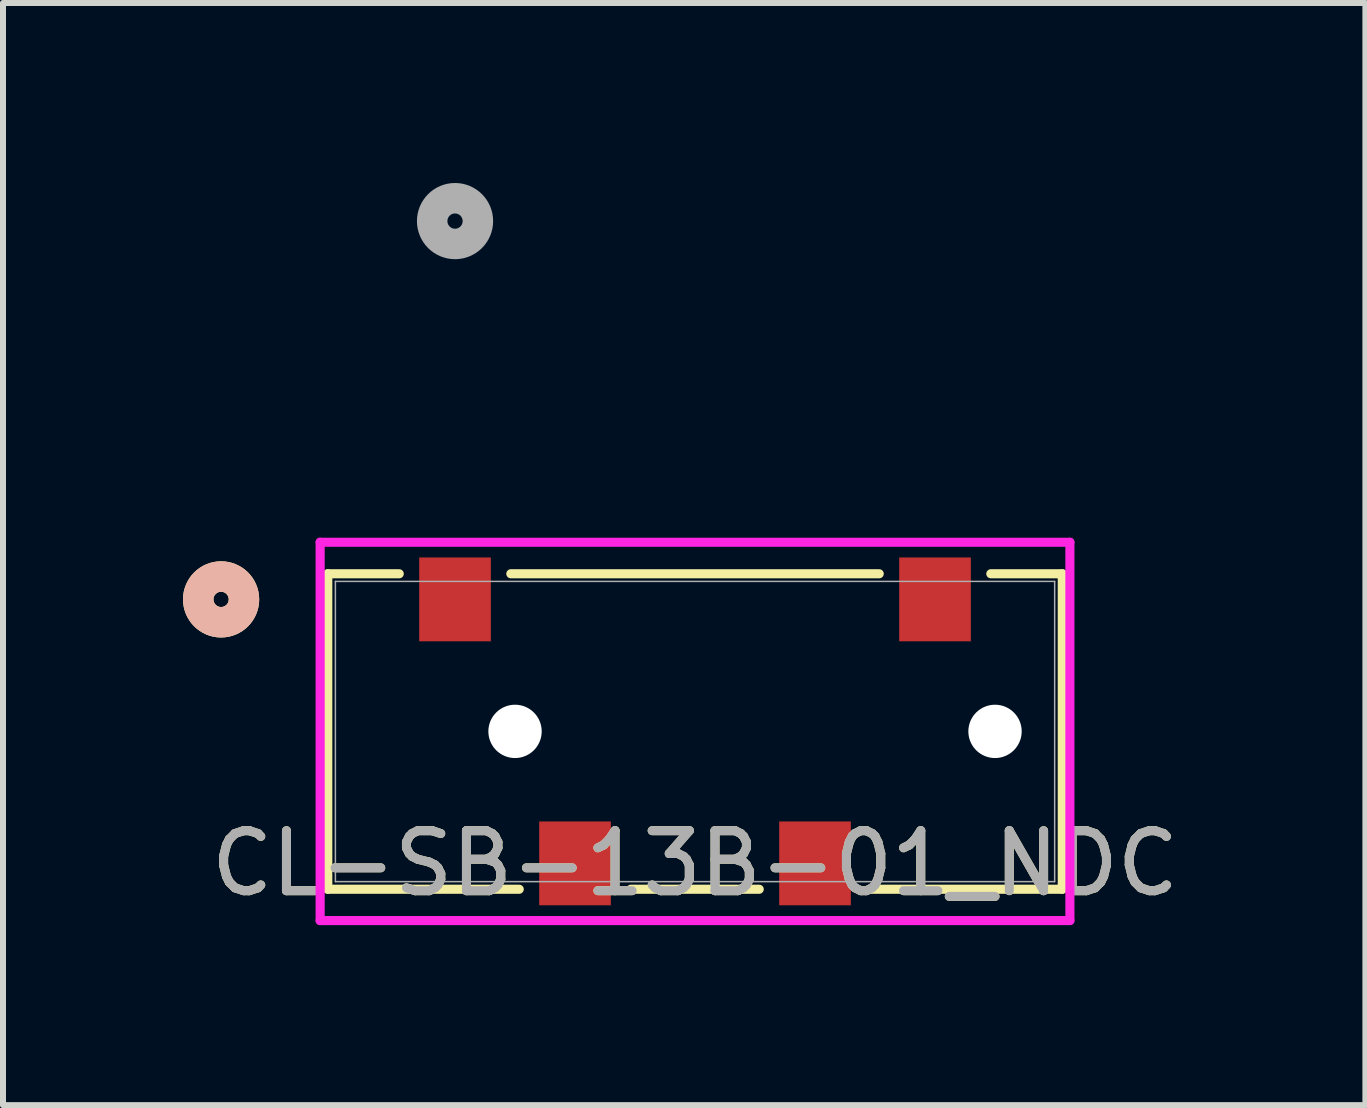
<source format=kicad_pcb>
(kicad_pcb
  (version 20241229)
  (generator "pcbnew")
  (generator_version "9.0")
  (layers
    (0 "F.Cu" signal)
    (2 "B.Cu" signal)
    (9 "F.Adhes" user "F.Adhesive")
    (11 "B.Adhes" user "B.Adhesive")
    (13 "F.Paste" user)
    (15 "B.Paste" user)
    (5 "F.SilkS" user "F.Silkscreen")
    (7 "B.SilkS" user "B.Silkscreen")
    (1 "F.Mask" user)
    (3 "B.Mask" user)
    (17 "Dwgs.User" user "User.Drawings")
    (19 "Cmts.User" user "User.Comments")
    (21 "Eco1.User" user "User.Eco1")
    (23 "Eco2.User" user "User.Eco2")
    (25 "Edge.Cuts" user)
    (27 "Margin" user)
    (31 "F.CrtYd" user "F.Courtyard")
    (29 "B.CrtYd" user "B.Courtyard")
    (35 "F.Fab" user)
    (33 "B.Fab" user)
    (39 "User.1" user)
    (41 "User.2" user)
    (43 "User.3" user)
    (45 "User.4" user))
  (footprint "CL-SB-13B-01_NDC"
    (layer "F.Cu")
    (at 8.534 9.142)
    (property "Reference" "CL-SB-13B-01_NDC" (at 0 2.198 0) (unlocked yes) (layer "F.SilkS") (effects (font (size 1 1) (thickness 0.15))))
    (attr smd)
    (fp_line (start -6.121 -2.629) (end -6.121 2.629) (stroke (width 0.152) (type solid)) (layer "F.SilkS"))
    (fp_line (start -6.121 2.629) (end -2.93 2.629) (stroke (width 0.152) (type solid)) (layer "F.SilkS"))
    (fp_line (start -4.93 -2.629) (end -6.121 -2.629) (stroke (width 0.152) (type solid)) (layer "F.SilkS"))
    (fp_line (start -1.07 2.629) (end 1.07 2.629) (stroke (width 0.152) (type solid)) (layer "F.SilkS"))
    (fp_line (start 2.93 2.629) (end 6.121 2.629) (stroke (width 0.152) (type solid)) (layer "F.SilkS"))
    (fp_line (start 3.07 -2.629) (end -3.07 -2.629) (stroke (width 0.152) (type solid)) (layer "F.SilkS"))
    (fp_line (start 6.121 -2.629) (end 4.93 -2.629) (stroke (width 0.152) (type solid)) (layer "F.SilkS"))
    (fp_line (start 6.121 2.629) (end 6.121 -2.629) (stroke (width 0.152) (type solid)) (layer "F.SilkS"))
    (fp_circle (center -7.899 -2.202) (end -7.518 -2.202) (stroke (width 0.508) (type solid)) (fill no) (layer "F.SilkS"))
    (fp_circle (center -7.899 -2.202) (end -7.518 -2.202) (stroke (width 0.508) (type solid)) (fill no) (layer "B.SilkS"))
    (fp_line (start -6.248 -3.154) (end -6.248 3.151) (stroke (width 0.152) (type solid)) (layer "F.CrtYd"))
    (fp_line (start -6.248 3.151) (end 6.248 3.151) (stroke (width 0.152) (type solid)) (layer "F.CrtYd"))
    (fp_line (start 6.248 -3.154) (end -6.248 -3.154) (stroke (width 0.152) (type solid)) (layer "F.CrtYd"))
    (fp_line (start 6.248 3.151) (end 6.248 -3.154) (stroke (width 0.152) (type solid)) (layer "F.CrtYd"))
    (fp_line (start -5.994 -2.502) (end -5.994 2.502) (stroke (width 0.025) (type solid)) (layer "F.Fab"))
    (fp_line (start -5.994 2.502) (end 5.994 2.502) (stroke (width 0.025) (type solid)) (layer "F.Fab"))
    (fp_line (start 5.994 -2.502) (end -5.994 -2.502) (stroke (width 0.025) (type solid)) (layer "F.Fab"))
    (fp_line (start 5.994 2.502) (end 5.994 -2.502) (stroke (width 0.025) (type solid)) (layer "F.Fab"))
    (fp_circle (center -4 -8.507) (end -3.619 -8.507) (stroke (width 0.508) (type solid)) (fill no) (layer "F.Fab"))
    (fp_text user "${REFERENCE}" (at 0 2.198 0) (unlocked yes) (layer "F.Fab") (effects (font (size 1 1) (thickness 0.15))))
    (pad "" np_thru_hole circle (at -3 -0.002) (size 0.889 0.889) (drill 0.889) (layers "*.Cu" "*.Mask"))
    (pad "" np_thru_hole circle (at 5 -0.002) (size 0.889 0.889) (drill 0.889) (layers "*.Cu" "*.Mask"))
    (pad "1" smd rect (at -4 -2.202) (size 1.194 1.397) (layers "F.Cu" "F.Mask" "F.Paste"))
    (pad "2" smd rect (at -2 2.198) (size 1.194 1.397) (layers "F.Cu" "F.Mask" "F.Paste"))
    (pad "3" smd rect (at 2 2.198) (size 1.194 1.397) (layers "F.Cu" "F.Mask" "F.Paste"))
    (pad "4" smd rect (at 4 -2.202) (size 1.194 1.397) (layers "F.Cu" "F.Mask" "F.Paste")))
  (gr_rect
    (start -3 -3)
    (end 19.707 15.369)
    (stroke (width 0.1) (type default))
    (fill no)
    (layer "Edge.Cuts")))
</source>
